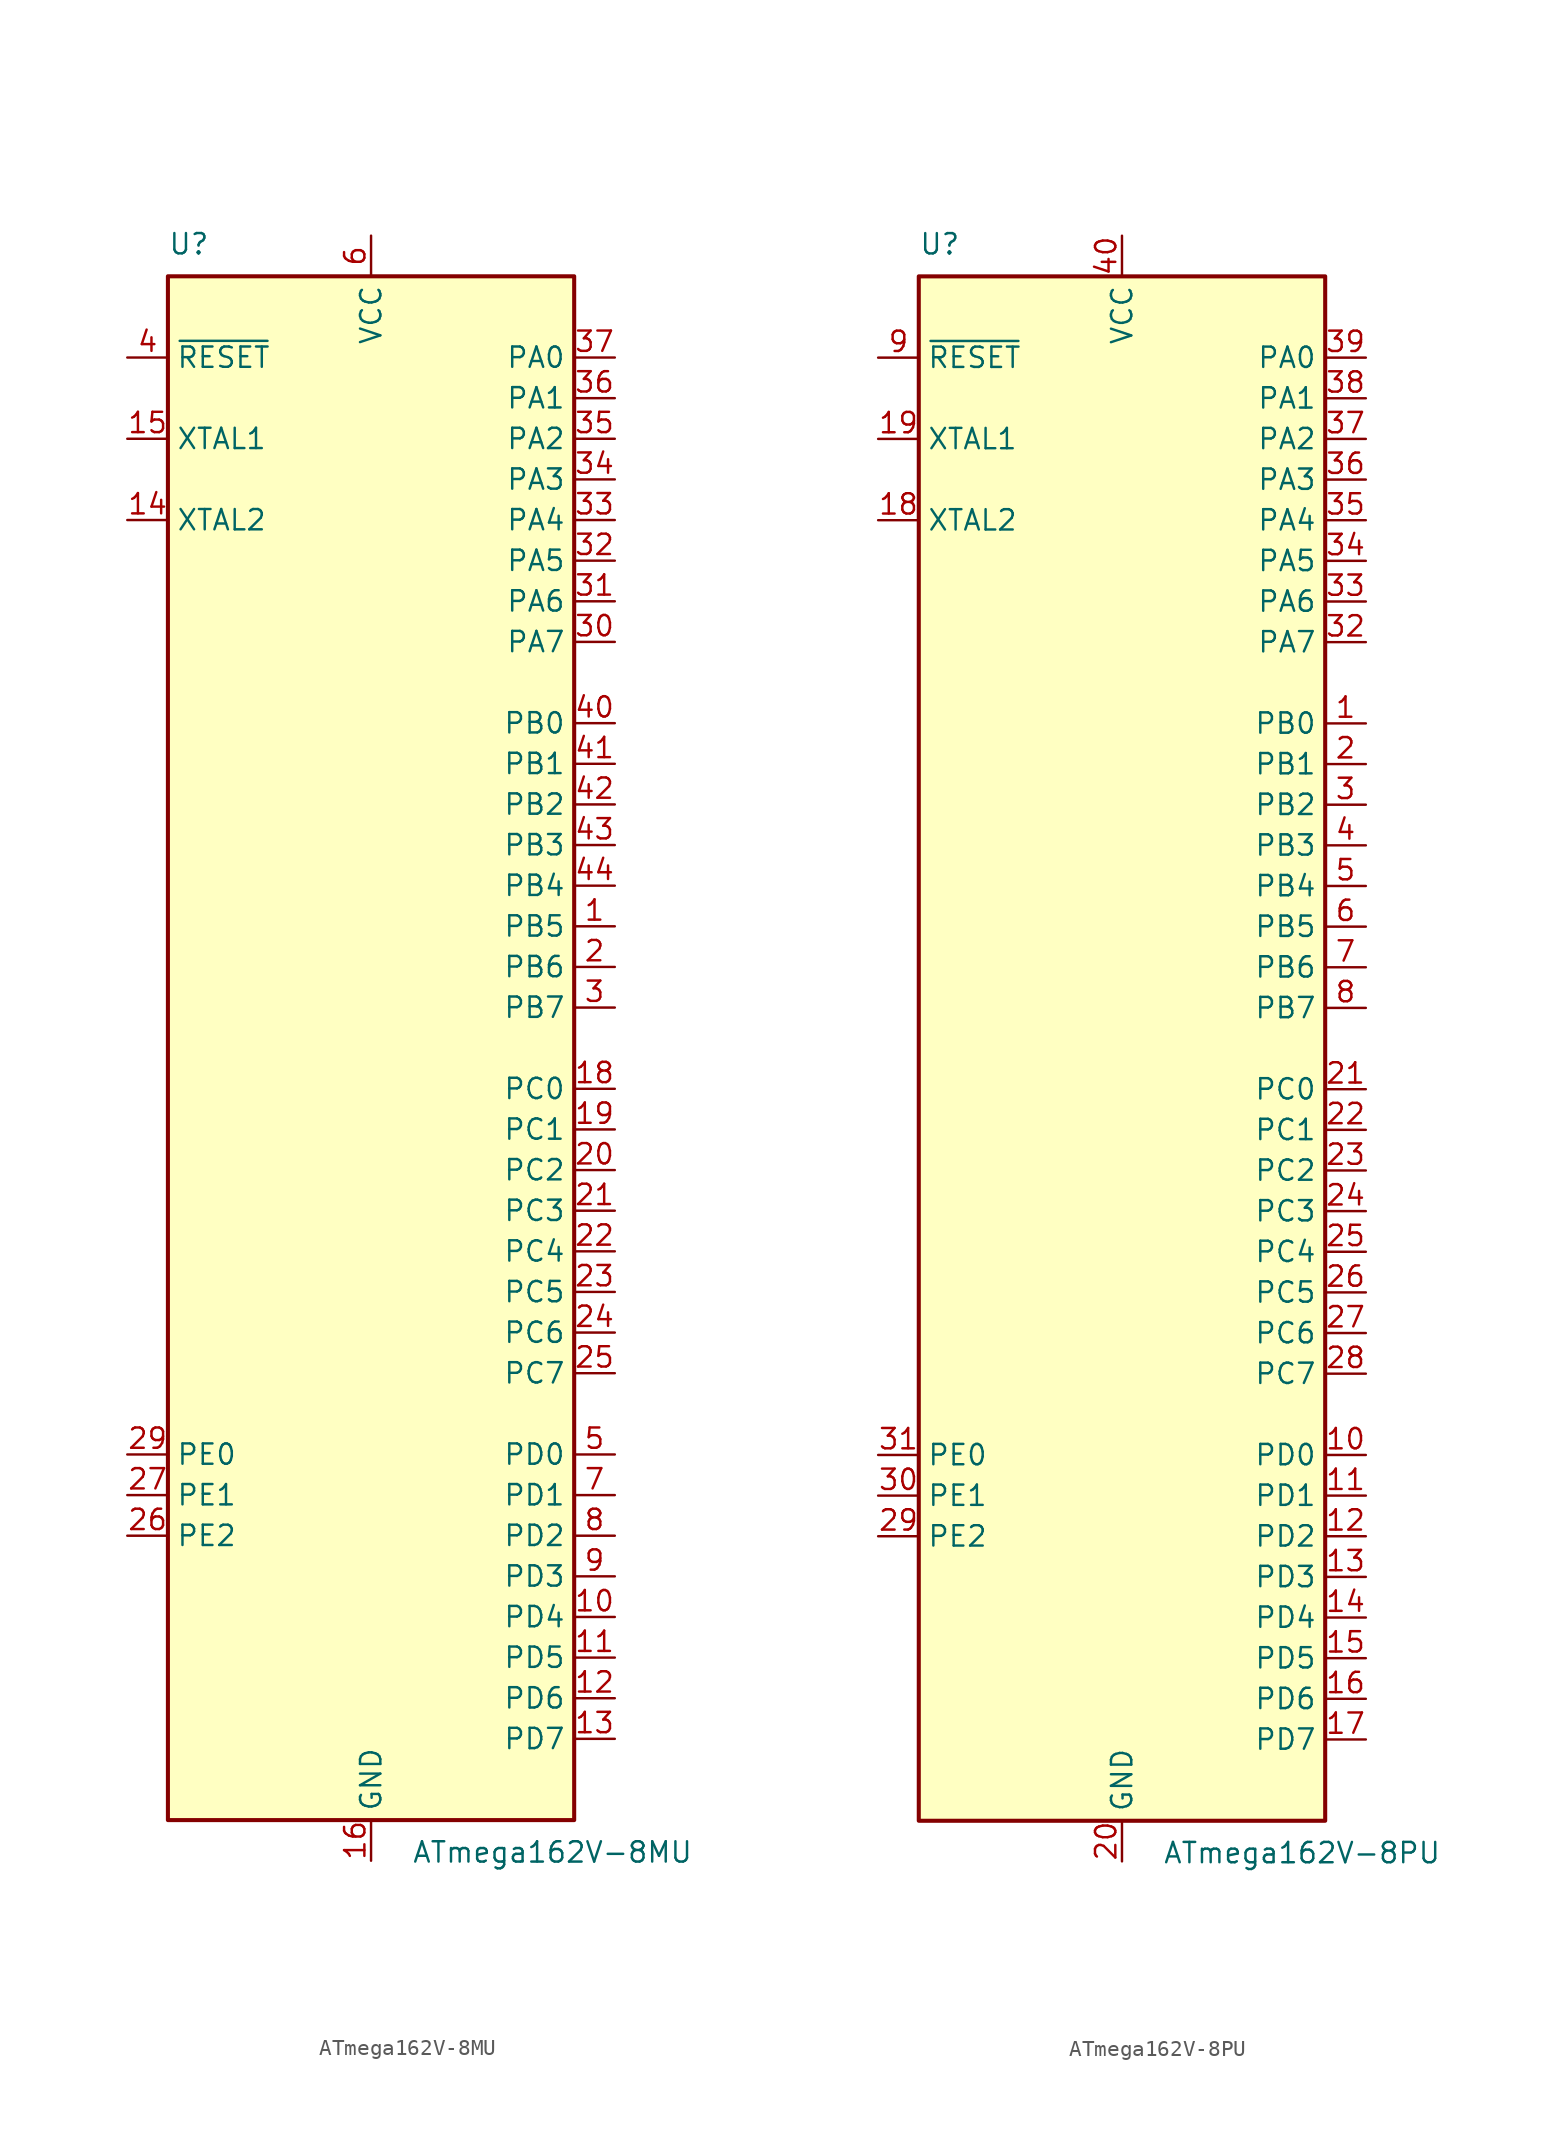
<source format=kicad_sym>
(kicad_symbol_lib
  (version 20211014)
  (generator kicad_symbol_editor)
  (symbol "ATmega162V-8MU"
    (property "Reference" "U"
      (at -12.7 49.53 0)
      (effects (font (size 1.27 1.27)) (justify left bottom)))
    (property "Value" "ATmega162V-8MU"
      (at 2.54 -49.53 0)
      (effects (font (size 1.27 1.27)) (justify left top)))
    (symbol "ATmega162V-8MU_0_1"
      (rectangle (start -12.7 -48.26) (end 12.7 48.26) (stroke (width 0.254) (type default) (color 0 0 0 0)) (fill (type background))))
    (symbol "ATmega162V-8MU_1_1"
      (pin bidirectional line (at 15.24 7.62 180) (length 2.54) (name "PB5" (effects (font (size 1.27 1.27)))) (number "1" (effects (font (size 1.27 1.27)))))
      (pin bidirectional line (at 15.24 -35.56 180) (length 2.54) (name "PD4" (effects (font (size 1.27 1.27)))) (number "10" (effects (font (size 1.27 1.27)))))
      (pin bidirectional line (at 15.24 -38.1 180) (length 2.54) (name "PD5" (effects (font (size 1.27 1.27)))) (number "11" (effects (font (size 1.27 1.27)))))
      (pin bidirectional line (at 15.24 -40.64 180) (length 2.54) (name "PD6" (effects (font (size 1.27 1.27)))) (number "12" (effects (font (size 1.27 1.27)))))
      (pin bidirectional line (at 15.24 -43.18 180) (length 2.54) (name "PD7" (effects (font (size 1.27 1.27)))) (number "13" (effects (font (size 1.27 1.27)))))
      (pin output line (at -15.24 33.02 0) (length 2.54) (name "XTAL2" (effects (font (size 1.27 1.27)))) (number "14" (effects (font (size 1.27 1.27)))))
      (pin input line (at -15.24 38.1 0) (length 2.54) (name "XTAL1" (effects (font (size 1.27 1.27)))) (number "15" (effects (font (size 1.27 1.27)))))
      (pin power_in line (at 0 -50.8 90) (length 2.54) (name "GND" (effects (font (size 1.27 1.27)))) (number "16" (effects (font (size 1.27 1.27)))))
      (pin passive line (at 0 50.8 270) (length 2.54) hide (name "VCC" (effects (font (size 1.27 1.27)))) (number "17" (effects (font (size 1.27 1.27)))))
      (pin bidirectional line (at 15.24 -2.54 180) (length 2.54) (name "PC0" (effects (font (size 1.27 1.27)))) (number "18" (effects (font (size 1.27 1.27)))))
      (pin bidirectional line (at 15.24 -5.08 180) (length 2.54) (name "PC1" (effects (font (size 1.27 1.27)))) (number "19" (effects (font (size 1.27 1.27)))))
      (pin bidirectional line (at 15.24 5.08 180) (length 2.54) (name "PB6" (effects (font (size 1.27 1.27)))) (number "2" (effects (font (size 1.27 1.27)))))
      (pin bidirectional line (at 15.24 -7.62 180) (length 2.54) (name "PC2" (effects (font (size 1.27 1.27)))) (number "20" (effects (font (size 1.27 1.27)))))
      (pin bidirectional line (at 15.24 -10.16 180) (length 2.54) (name "PC3" (effects (font (size 1.27 1.27)))) (number "21" (effects (font (size 1.27 1.27)))))
      (pin bidirectional line (at 15.24 -12.7 180) (length 2.54) (name "PC4" (effects (font (size 1.27 1.27)))) (number "22" (effects (font (size 1.27 1.27)))))
      (pin bidirectional line (at 15.24 -15.24 180) (length 2.54) (name "PC5" (effects (font (size 1.27 1.27)))) (number "23" (effects (font (size 1.27 1.27)))))
      (pin bidirectional line (at 15.24 -17.78 180) (length 2.54) (name "PC6" (effects (font (size 1.27 1.27)))) (number "24" (effects (font (size 1.27 1.27)))))
      (pin bidirectional line (at 15.24 -20.32 180) (length 2.54) (name "PC7" (effects (font (size 1.27 1.27)))) (number "25" (effects (font (size 1.27 1.27)))))
      (pin bidirectional line (at -15.24 -30.48 0) (length 2.54) (name "PE2" (effects (font (size 1.27 1.27)))) (number "26" (effects (font (size 1.27 1.27)))))
      (pin bidirectional line (at -15.24 -27.94 0) (length 2.54) (name "PE1" (effects (font (size 1.27 1.27)))) (number "27" (effects (font (size 1.27 1.27)))))
      (pin passive line (at 0 -50.8 90) (length 2.54) hide (name "GND" (effects (font (size 1.27 1.27)))) (number "28" (effects (font (size 1.27 1.27)))))
      (pin bidirectional line (at -15.24 -25.4 0) (length 2.54) (name "PE0" (effects (font (size 1.27 1.27)))) (number "29" (effects (font (size 1.27 1.27)))))
      (pin bidirectional line (at 15.24 2.54 180) (length 2.54) (name "PB7" (effects (font (size 1.27 1.27)))) (number "3" (effects (font (size 1.27 1.27)))))
      (pin bidirectional line (at 15.24 25.4 180) (length 2.54) (name "PA7" (effects (font (size 1.27 1.27)))) (number "30" (effects (font (size 1.27 1.27)))))
      (pin bidirectional line (at 15.24 27.94 180) (length 2.54) (name "PA6" (effects (font (size 1.27 1.27)))) (number "31" (effects (font (size 1.27 1.27)))))
      (pin bidirectional line (at 15.24 30.48 180) (length 2.54) (name "PA5" (effects (font (size 1.27 1.27)))) (number "32" (effects (font (size 1.27 1.27)))))
      (pin bidirectional line (at 15.24 33.02 180) (length 2.54) (name "PA4" (effects (font (size 1.27 1.27)))) (number "33" (effects (font (size 1.27 1.27)))))
      (pin bidirectional line (at 15.24 35.56 180) (length 2.54) (name "PA3" (effects (font (size 1.27 1.27)))) (number "34" (effects (font (size 1.27 1.27)))))
      (pin bidirectional line (at 15.24 38.1 180) (length 2.54) (name "PA2" (effects (font (size 1.27 1.27)))) (number "35" (effects (font (size 1.27 1.27)))))
      (pin bidirectional line (at 15.24 40.64 180) (length 2.54) (name "PA1" (effects (font (size 1.27 1.27)))) (number "36" (effects (font (size 1.27 1.27)))))
      (pin bidirectional line (at 15.24 43.18 180) (length 2.54) (name "PA0" (effects (font (size 1.27 1.27)))) (number "37" (effects (font (size 1.27 1.27)))))
      (pin passive line (at 0 50.8 270) (length 2.54) hide (name "VCC" (effects (font (size 1.27 1.27)))) (number "38" (effects (font (size 1.27 1.27)))))
      (pin passive line (at 0 -50.8 90) (length 2.54) hide (name "GND" (effects (font (size 1.27 1.27)))) (number "39" (effects (font (size 1.27 1.27)))))
      (pin input line (at -15.24 43.18 0) (length 2.54) (name "~{RESET}" (effects (font (size 1.27 1.27)))) (number "4" (effects (font (size 1.27 1.27)))))
      (pin bidirectional line (at 15.24 20.32 180) (length 2.54) (name "PB0" (effects (font (size 1.27 1.27)))) (number "40" (effects (font (size 1.27 1.27)))))
      (pin bidirectional line (at 15.24 17.78 180) (length 2.54) (name "PB1" (effects (font (size 1.27 1.27)))) (number "41" (effects (font (size 1.27 1.27)))))
      (pin bidirectional line (at 15.24 15.24 180) (length 2.54) (name "PB2" (effects (font (size 1.27 1.27)))) (number "42" (effects (font (size 1.27 1.27)))))
      (pin bidirectional line (at 15.24 12.7 180) (length 2.54) (name "PB3" (effects (font (size 1.27 1.27)))) (number "43" (effects (font (size 1.27 1.27)))))
      (pin bidirectional line (at 15.24 10.16 180) (length 2.54) (name "PB4" (effects (font (size 1.27 1.27)))) (number "44" (effects (font (size 1.27 1.27)))))
      (pin passive line (at 0 -50.8 90) (length 2.54) hide (name "GND" (effects (font (size 1.27 1.27)))) (number "45" (effects (font (size 1.27 1.27)))))
      (pin bidirectional line (at 15.24 -25.4 180) (length 2.54) (name "PD0" (effects (font (size 1.27 1.27)))) (number "5" (effects (font (size 1.27 1.27)))))
      (pin power_in line (at 0 50.8 270) (length 2.54) (name "VCC" (effects (font (size 1.27 1.27)))) (number "6" (effects (font (size 1.27 1.27)))))
      (pin bidirectional line (at 15.24 -27.94 180) (length 2.54) (name "PD1" (effects (font (size 1.27 1.27)))) (number "7" (effects (font (size 1.27 1.27)))))
      (pin bidirectional line (at 15.24 -30.48 180) (length 2.54) (name "PD2" (effects (font (size 1.27 1.27)))) (number "8" (effects (font (size 1.27 1.27)))))
      (pin bidirectional line (at 15.24 -33.02 180) (length 2.54) (name "PD3" (effects (font (size 1.27 1.27)))) (number "9" (effects (font (size 1.27 1.27)))))))
  (symbol "ATmega162V-8PU"
    (property "Reference" "U"
      (at -12.7 49.53 0)
      (effects (font (size 1.27 1.27)) (justify left bottom)))
    (property "Value" "ATmega162V-8PU"
      (at 2.54 -49.53 0)
      (effects (font (size 1.27 1.27)) (justify left top)))
    (symbol "ATmega162V-8PU_0_1"
      (rectangle (start -12.7 -48.26) (end 12.7 48.26) (stroke (width 0.254) (type default) (color 0 0 0 0)) (fill (type background))))
    (symbol "ATmega162V-8PU_1_1"
      (pin bidirectional line (at 15.24 20.32 180) (length 2.54) (name "PB0" (effects (font (size 1.27 1.27)))) (number "1" (effects (font (size 1.27 1.27)))))
      (pin bidirectional line (at 15.24 -25.4 180) (length 2.54) (name "PD0" (effects (font (size 1.27 1.27)))) (number "10" (effects (font (size 1.27 1.27)))))
      (pin bidirectional line (at 15.24 -27.94 180) (length 2.54) (name "PD1" (effects (font (size 1.27 1.27)))) (number "11" (effects (font (size 1.27 1.27)))))
      (pin bidirectional line (at 15.24 -30.48 180) (length 2.54) (name "PD2" (effects (font (size 1.27 1.27)))) (number "12" (effects (font (size 1.27 1.27)))))
      (pin bidirectional line (at 15.24 -33.02 180) (length 2.54) (name "PD3" (effects (font (size 1.27 1.27)))) (number "13" (effects (font (size 1.27 1.27)))))
      (pin bidirectional line (at 15.24 -35.56 180) (length 2.54) (name "PD4" (effects (font (size 1.27 1.27)))) (number "14" (effects (font (size 1.27 1.27)))))
      (pin bidirectional line (at 15.24 -38.1 180) (length 2.54) (name "PD5" (effects (font (size 1.27 1.27)))) (number "15" (effects (font (size 1.27 1.27)))))
      (pin bidirectional line (at 15.24 -40.64 180) (length 2.54) (name "PD6" (effects (font (size 1.27 1.27)))) (number "16" (effects (font (size 1.27 1.27)))))
      (pin bidirectional line (at 15.24 -43.18 180) (length 2.54) (name "PD7" (effects (font (size 1.27 1.27)))) (number "17" (effects (font (size 1.27 1.27)))))
      (pin output line (at -15.24 33.02 0) (length 2.54) (name "XTAL2" (effects (font (size 1.27 1.27)))) (number "18" (effects (font (size 1.27 1.27)))))
      (pin input line (at -15.24 38.1 0) (length 2.54) (name "XTAL1" (effects (font (size 1.27 1.27)))) (number "19" (effects (font (size 1.27 1.27)))))
      (pin bidirectional line (at 15.24 17.78 180) (length 2.54) (name "PB1" (effects (font (size 1.27 1.27)))) (number "2" (effects (font (size 1.27 1.27)))))
      (pin power_in line (at 0 -50.8 90) (length 2.54) (name "GND" (effects (font (size 1.27 1.27)))) (number "20" (effects (font (size 1.27 1.27)))))
      (pin bidirectional line (at 15.24 -2.54 180) (length 2.54) (name "PC0" (effects (font (size 1.27 1.27)))) (number "21" (effects (font (size 1.27 1.27)))))
      (pin bidirectional line (at 15.24 -5.08 180) (length 2.54) (name "PC1" (effects (font (size 1.27 1.27)))) (number "22" (effects (font (size 1.27 1.27)))))
      (pin bidirectional line (at 15.24 -7.62 180) (length 2.54) (name "PC2" (effects (font (size 1.27 1.27)))) (number "23" (effects (font (size 1.27 1.27)))))
      (pin bidirectional line (at 15.24 -10.16 180) (length 2.54) (name "PC3" (effects (font (size 1.27 1.27)))) (number "24" (effects (font (size 1.27 1.27)))))
      (pin bidirectional line (at 15.24 -12.7 180) (length 2.54) (name "PC4" (effects (font (size 1.27 1.27)))) (number "25" (effects (font (size 1.27 1.27)))))
      (pin bidirectional line (at 15.24 -15.24 180) (length 2.54) (name "PC5" (effects (font (size 1.27 1.27)))) (number "26" (effects (font (size 1.27 1.27)))))
      (pin bidirectional line (at 15.24 -17.78 180) (length 2.54) (name "PC6" (effects (font (size 1.27 1.27)))) (number "27" (effects (font (size 1.27 1.27)))))
      (pin bidirectional line (at 15.24 -20.32 180) (length 2.54) (name "PC7" (effects (font (size 1.27 1.27)))) (number "28" (effects (font (size 1.27 1.27)))))
      (pin bidirectional line (at -15.24 -30.48 0) (length 2.54) (name "PE2" (effects (font (size 1.27 1.27)))) (number "29" (effects (font (size 1.27 1.27)))))
      (pin bidirectional line (at 15.24 15.24 180) (length 2.54) (name "PB2" (effects (font (size 1.27 1.27)))) (number "3" (effects (font (size 1.27 1.27)))))
      (pin bidirectional line (at -15.24 -27.94 0) (length 2.54) (name "PE1" (effects (font (size 1.27 1.27)))) (number "30" (effects (font (size 1.27 1.27)))))
      (pin bidirectional line (at -15.24 -25.4 0) (length 2.54) (name "PE0" (effects (font (size 1.27 1.27)))) (number "31" (effects (font (size 1.27 1.27)))))
      (pin bidirectional line (at 15.24 25.4 180) (length 2.54) (name "PA7" (effects (font (size 1.27 1.27)))) (number "32" (effects (font (size 1.27 1.27)))))
      (pin bidirectional line (at 15.24 27.94 180) (length 2.54) (name "PA6" (effects (font (size 1.27 1.27)))) (number "33" (effects (font (size 1.27 1.27)))))
      (pin bidirectional line (at 15.24 30.48 180) (length 2.54) (name "PA5" (effects (font (size 1.27 1.27)))) (number "34" (effects (font (size 1.27 1.27)))))
      (pin bidirectional line (at 15.24 33.02 180) (length 2.54) (name "PA4" (effects (font (size 1.27 1.27)))) (number "35" (effects (font (size 1.27 1.27)))))
      (pin bidirectional line (at 15.24 35.56 180) (length 2.54) (name "PA3" (effects (font (size 1.27 1.27)))) (number "36" (effects (font (size 1.27 1.27)))))
      (pin bidirectional line (at 15.24 38.1 180) (length 2.54) (name "PA2" (effects (font (size 1.27 1.27)))) (number "37" (effects (font (size 1.27 1.27)))))
      (pin bidirectional line (at 15.24 40.64 180) (length 2.54) (name "PA1" (effects (font (size 1.27 1.27)))) (number "38" (effects (font (size 1.27 1.27)))))
      (pin bidirectional line (at 15.24 43.18 180) (length 2.54) (name "PA0" (effects (font (size 1.27 1.27)))) (number "39" (effects (font (size 1.27 1.27)))))
      (pin bidirectional line (at 15.24 12.7 180) (length 2.54) (name "PB3" (effects (font (size 1.27 1.27)))) (number "4" (effects (font (size 1.27 1.27)))))
      (pin power_in line (at 0 50.8 270) (length 2.54) (name "VCC" (effects (font (size 1.27 1.27)))) (number "40" (effects (font (size 1.27 1.27)))))
      (pin bidirectional line (at 15.24 10.16 180) (length 2.54) (name "PB4" (effects (font (size 1.27 1.27)))) (number "5" (effects (font (size 1.27 1.27)))))
      (pin bidirectional line (at 15.24 7.62 180) (length 2.54) (name "PB5" (effects (font (size 1.27 1.27)))) (number "6" (effects (font (size 1.27 1.27)))))
      (pin bidirectional line (at 15.24 5.08 180) (length 2.54) (name "PB6" (effects (font (size 1.27 1.27)))) (number "7" (effects (font (size 1.27 1.27)))))
      (pin bidirectional line (at 15.24 2.54 180) (length 2.54) (name "PB7" (effects (font (size 1.27 1.27)))) (number "8" (effects (font (size 1.27 1.27)))))
      (pin input line (at -15.24 43.18 0) (length 2.54) (name "~{RESET}" (effects (font (size 1.27 1.27)))) (number "9" (effects (font (size 1.27 1.27))))))))
</source>
